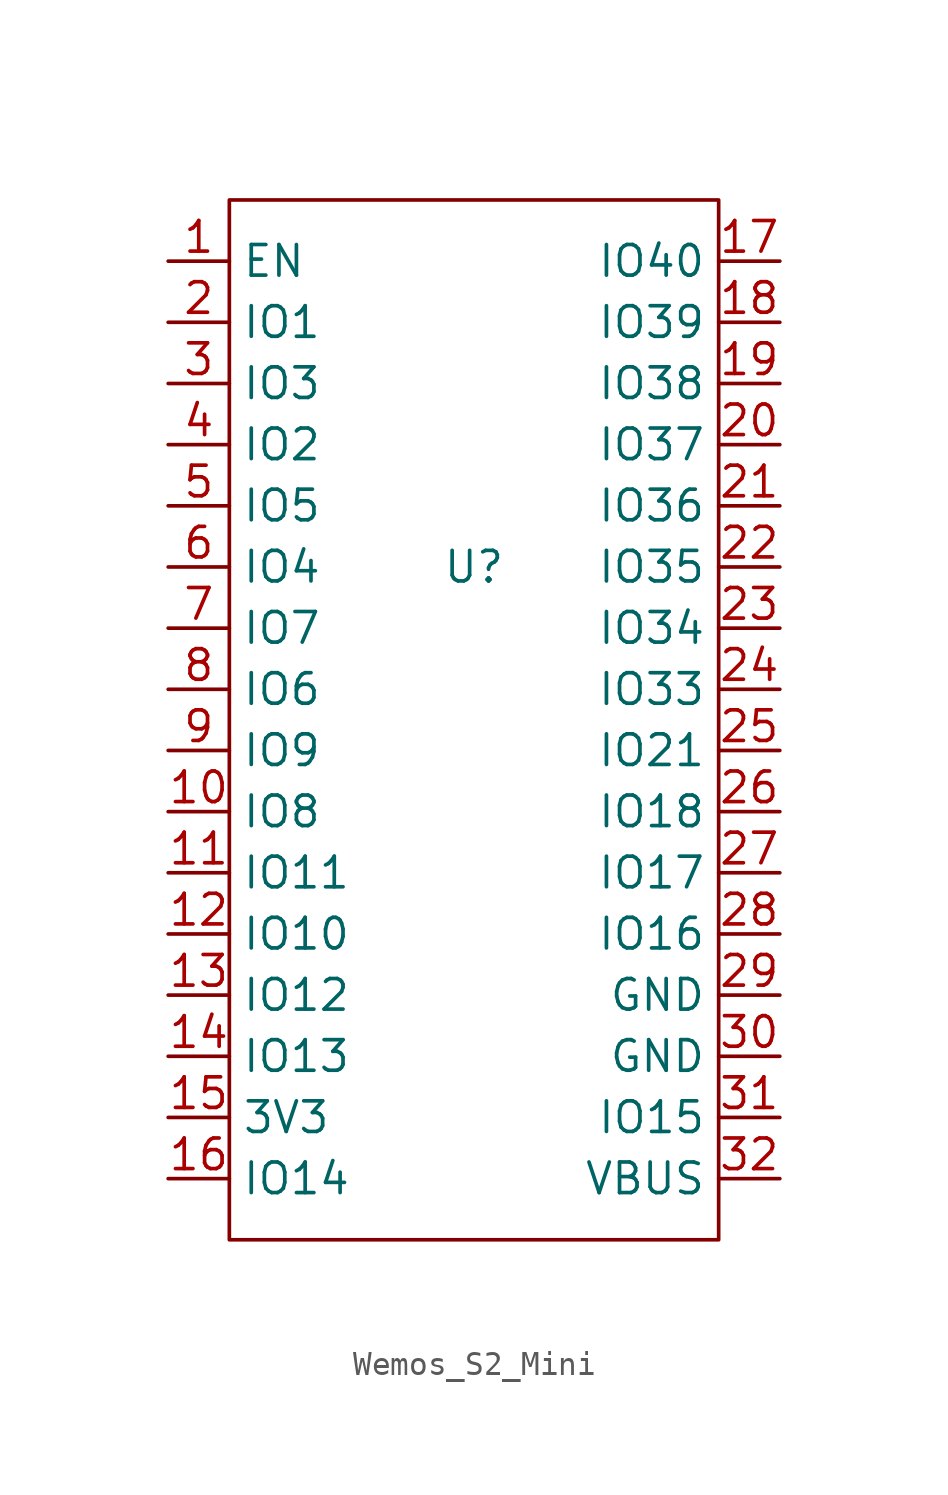
<source format=kicad_sym>
(kicad_symbol_lib
  (version 20220914)
  (generator kicad_symbol_editor)
  (symbol "Wemos_S2_Mini"
    (property "Reference" "U"
      (at 0 0 0)
      (effects (font (size 1.27 1.27))))
    (property "Value" ""
      (at 0 0 0)
      (effects (font (size 1.27 1.27))))
    (symbol "Wemos_S2_Mini_0_1"
      (rectangle (start 10.16 15.24) (end -10.16 -27.94) (stroke (width 0) (type default)) (fill (type none))))
    (symbol "Wemos_S2_Mini_1_1"
      (pin passive line (at -12.7 12.7 0) (length 2.54) (name "EN" (effects (font (size 1.27 1.27)))) (number "1" (effects (font (size 1.27 1.27)))))
      (pin passive line (at -12.7 -10.16 0) (length 2.54) (name "IO8" (effects (font (size 1.27 1.27)))) (number "10" (effects (font (size 1.27 1.27)))))
      (pin passive line (at -12.7 -12.7 0) (length 2.54) (name "IO11" (effects (font (size 1.27 1.27)))) (number "11" (effects (font (size 1.27 1.27)))))
      (pin passive line (at -12.7 -15.24 0) (length 2.54) (name "IO10" (effects (font (size 1.27 1.27)))) (number "12" (effects (font (size 1.27 1.27)))))
      (pin passive line (at -12.7 -17.78 0) (length 2.54) (name "IO12" (effects (font (size 1.27 1.27)))) (number "13" (effects (font (size 1.27 1.27)))))
      (pin passive line (at -12.7 -20.32 0) (length 2.54) (name "IO13" (effects (font (size 1.27 1.27)))) (number "14" (effects (font (size 1.27 1.27)))))
      (pin power_out line (at -12.7 -22.86 0) (length 2.54) (name "3V3" (effects (font (size 1.27 1.27)))) (number "15" (effects (font (size 1.27 1.27)))))
      (pin passive line (at -12.7 -25.4 0) (length 2.54) (name "IO14" (effects (font (size 1.27 1.27)))) (number "16" (effects (font (size 1.27 1.27)))))
      (pin passive line (at 12.7 12.7 180) (length 2.54) (name "IO40" (effects (font (size 1.27 1.27)))) (number "17" (effects (font (size 1.27 1.27)))))
      (pin passive line (at 12.7 10.16 180) (length 2.54) (name "IO39" (effects (font (size 1.27 1.27)))) (number "18" (effects (font (size 1.27 1.27)))))
      (pin passive line (at 12.7 7.62 180) (length 2.54) (name "IO38" (effects (font (size 1.27 1.27)))) (number "19" (effects (font (size 1.27 1.27)))))
      (pin passive line (at -12.7 10.16 0) (length 2.54) (name "IO1" (effects (font (size 1.27 1.27)))) (number "2" (effects (font (size 1.27 1.27)))))
      (pin passive line (at 12.7 5.08 180) (length 2.54) (name "IO37" (effects (font (size 1.27 1.27)))) (number "20" (effects (font (size 1.27 1.27)))))
      (pin passive line (at 12.7 2.54 180) (length 2.54) (name "IO36" (effects (font (size 1.27 1.27)))) (number "21" (effects (font (size 1.27 1.27)))))
      (pin passive line (at 12.7 0 180) (length 2.54) (name "IO35" (effects (font (size 1.27 1.27)))) (number "22" (effects (font (size 1.27 1.27)))))
      (pin passive line (at 12.7 -2.54 180) (length 2.54) (name "IO34" (effects (font (size 1.27 1.27)))) (number "23" (effects (font (size 1.27 1.27)))))
      (pin passive line (at 12.7 -5.08 180) (length 2.54) (name "IO33" (effects (font (size 1.27 1.27)))) (number "24" (effects (font (size 1.27 1.27)))))
      (pin passive line (at 12.7 -7.62 180) (length 2.54) (name "IO21" (effects (font (size 1.27 1.27)))) (number "25" (effects (font (size 1.27 1.27)))))
      (pin passive line (at 12.7 -10.16 180) (length 2.54) (name "IO18" (effects (font (size 1.27 1.27)))) (number "26" (effects (font (size 1.27 1.27)))))
      (pin passive line (at 12.7 -12.7 180) (length 2.54) (name "IO17" (effects (font (size 1.27 1.27)))) (number "27" (effects (font (size 1.27 1.27)))))
      (pin passive line (at 12.7 -15.24 180) (length 2.54) (name "IO16" (effects (font (size 1.27 1.27)))) (number "28" (effects (font (size 1.27 1.27)))))
      (pin power_in line (at 12.7 -17.78 180) (length 2.54) (name "GND" (effects (font (size 1.27 1.27)))) (number "29" (effects (font (size 1.27 1.27)))))
      (pin passive line (at -12.7 7.62 0) (length 2.54) (name "IO3" (effects (font (size 1.27 1.27)))) (number "3" (effects (font (size 1.27 1.27)))))
      (pin power_in line (at 12.7 -20.32 180) (length 2.54) (name "GND" (effects (font (size 1.27 1.27)))) (number "30" (effects (font (size 1.27 1.27)))))
      (pin passive line (at 12.7 -22.86 180) (length 2.54) (name "IO15" (effects (font (size 1.27 1.27)))) (number "31" (effects (font (size 1.27 1.27)))))
      (pin power_in line (at 12.7 -25.4 180) (length 2.54) (name "VBUS" (effects (font (size 1.27 1.27)))) (number "32" (effects (font (size 1.27 1.27)))))
      (pin passive line (at -12.7 5.08 0) (length 2.54) (name "IO2" (effects (font (size 1.27 1.27)))) (number "4" (effects (font (size 1.27 1.27)))))
      (pin passive line (at -12.7 2.54 0) (length 2.54) (name "IO5" (effects (font (size 1.27 1.27)))) (number "5" (effects (font (size 1.27 1.27)))))
      (pin passive line (at -12.7 0 0) (length 2.54) (name "IO4" (effects (font (size 1.27 1.27)))) (number "6" (effects (font (size 1.27 1.27)))))
      (pin passive line (at -12.7 -2.54 0) (length 2.54) (name "IO7" (effects (font (size 1.27 1.27)))) (number "7" (effects (font (size 1.27 1.27)))))
      (pin passive line (at -12.7 -5.08 0) (length 2.54) (name "IO6" (effects (font (size 1.27 1.27)))) (number "8" (effects (font (size 1.27 1.27)))))
      (pin passive line (at -12.7 -7.62 0) (length 2.54) (name "IO9" (effects (font (size 1.27 1.27)))) (number "9" (effects (font (size 1.27 1.27))))))))
</source>
